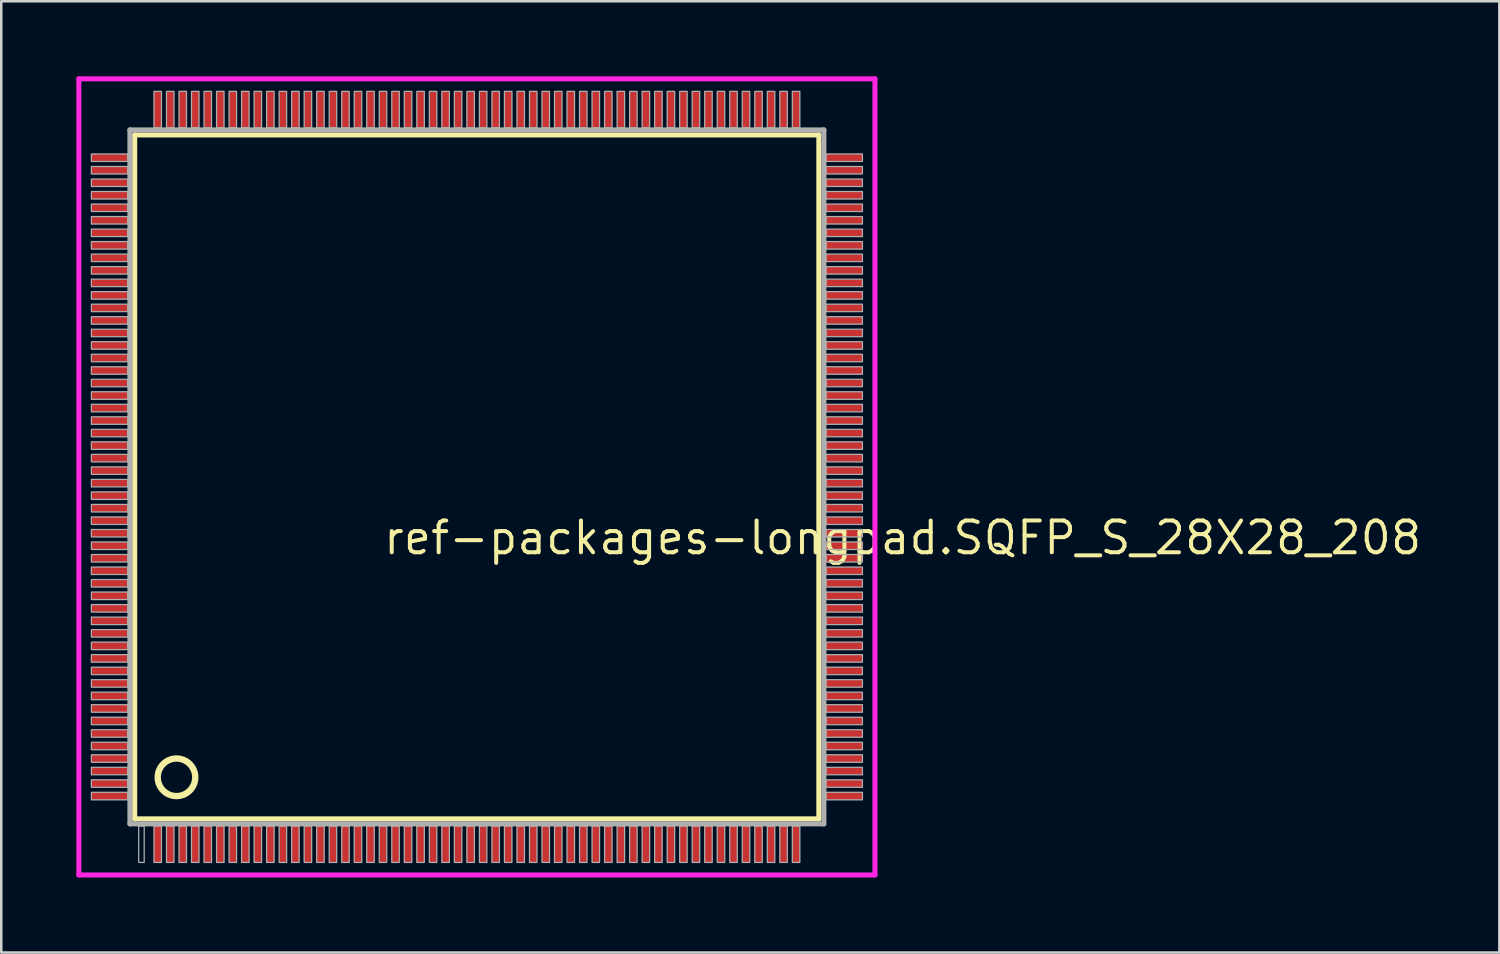
<source format=kicad_pcb>
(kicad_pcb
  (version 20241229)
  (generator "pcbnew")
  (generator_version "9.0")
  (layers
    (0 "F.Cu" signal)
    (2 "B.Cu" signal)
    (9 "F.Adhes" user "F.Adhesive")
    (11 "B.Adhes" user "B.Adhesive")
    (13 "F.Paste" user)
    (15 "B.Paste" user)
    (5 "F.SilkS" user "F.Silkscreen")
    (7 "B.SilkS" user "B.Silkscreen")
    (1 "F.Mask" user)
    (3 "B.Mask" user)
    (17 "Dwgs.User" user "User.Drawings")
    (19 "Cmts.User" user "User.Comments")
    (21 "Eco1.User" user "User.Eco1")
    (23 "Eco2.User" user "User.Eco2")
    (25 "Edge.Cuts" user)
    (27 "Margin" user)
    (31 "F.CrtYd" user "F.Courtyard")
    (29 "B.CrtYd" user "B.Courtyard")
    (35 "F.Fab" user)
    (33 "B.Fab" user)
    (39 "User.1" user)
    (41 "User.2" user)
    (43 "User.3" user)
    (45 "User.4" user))
  (footprint "ref-packages-longpad.SQFP_S_28X28_208"
    (layer "F.Cu")
    (at 16 16)
    (property "Reference" "ref-packages-longpad.SQFP_S_28X28_208" (at -3.81 3.175 0) (layer "F.SilkS") (effects (font (size 1.27 1.27) (thickness 0.16)) (justify left bottom)))
    (attr smd)
    (fp_line (start -13.67 -13.66) (end 13.66 -13.66) (stroke (width 0.203) (type default)) (layer "F.SilkS"))
    (fp_line (start -13.67 13.66) (end -13.67 -13.66) (stroke (width 0.203) (type default)) (layer "F.SilkS"))
    (fp_line (start 13.66 -13.66) (end 13.66 13.66) (stroke (width 0.203) (type default)) (layer "F.SilkS"))
    (fp_line (start 13.66 13.66) (end -13.67 13.66) (stroke (width 0.203) (type default)) (layer "F.SilkS"))
    (fp_circle (center -12 12) (end -11.25 12) (stroke (width 0.254) (type default)) (fill no) (layer "F.SilkS"))
    (fp_line (start -15.9 -15.9) (end 15.9 -15.9) (stroke (width 0.2) (type default)) (layer "F.CrtYd"))
    (fp_line (start -15.9 15.9) (end -15.9 -15.9) (stroke (width 0.2) (type default)) (layer "F.CrtYd"))
    (fp_line (start 15.9 -15.9) (end 15.9 15.9) (stroke (width 0.2) (type default)) (layer "F.CrtYd"))
    (fp_line (start 15.9 15.9) (end -15.9 15.9) (stroke (width 0.2) (type default)) (layer "F.CrtYd"))
    (fp_line (start -13.86 -13.86) (end -13.86 13.86) (stroke (width 0.203) (type default)) (layer "F.Fab"))
    (fp_line (start -13.86 13.86) (end 13.86 13.86) (stroke (width 0.203) (type default)) (layer "F.Fab"))
    (fp_line (start 13.86 -13.86) (end -13.86 -13.86) (stroke (width 0.203) (type default)) (layer "F.Fab"))
    (fp_line (start 13.86 13.86) (end 13.86 -13.86) (stroke (width 0.203) (type default)) (layer "F.Fab"))
    (fp_rect (start -15.4 -12.6) (end -13.95 -12.9) (stroke (width 0.05) (type default)) (fill no) (layer "F.Fab"))
    (fp_rect (start -15.4 -12.1) (end -13.95 -12.4) (stroke (width 0.05) (type default)) (fill no) (layer "F.Fab"))
    (fp_rect (start -15.4 -11.6) (end -13.95 -11.9) (stroke (width 0.05) (type default)) (fill no) (layer "F.Fab"))
    (fp_rect (start -15.4 -11.1) (end -13.95 -11.4) (stroke (width 0.05) (type default)) (fill no) (layer "F.Fab"))
    (fp_rect (start -15.4 -10.6) (end -13.95 -10.9) (stroke (width 0.05) (type default)) (fill no) (layer "F.Fab"))
    (fp_rect (start -15.4 -10.1) (end -13.95 -10.4) (stroke (width 0.05) (type default)) (fill no) (layer "F.Fab"))
    (fp_rect (start -15.4 -9.6) (end -13.95 -9.9) (stroke (width 0.05) (type default)) (fill no) (layer "F.Fab"))
    (fp_rect (start -15.4 -9.1) (end -13.95 -9.4) (stroke (width 0.05) (type default)) (fill no) (layer "F.Fab"))
    (fp_rect (start -15.4 -8.6) (end -13.95 -8.9) (stroke (width 0.05) (type default)) (fill no) (layer "F.Fab"))
    (fp_rect (start -15.4 -8.1) (end -13.95 -8.4) (stroke (width 0.05) (type default)) (fill no) (layer "F.Fab"))
    (fp_rect (start -15.4 -7.6) (end -13.95 -7.9) (stroke (width 0.05) (type default)) (fill no) (layer "F.Fab"))
    (fp_rect (start -15.4 -7.1) (end -13.95 -7.4) (stroke (width 0.05) (type default)) (fill no) (layer "F.Fab"))
    (fp_rect (start -15.4 -6.6) (end -13.95 -6.9) (stroke (width 0.05) (type default)) (fill no) (layer "F.Fab"))
    (fp_rect (start -15.4 -6.1) (end -13.95 -6.4) (stroke (width 0.05) (type default)) (fill no) (layer "F.Fab"))
    (fp_rect (start -15.4 -5.6) (end -13.95 -5.9) (stroke (width 0.05) (type default)) (fill no) (layer "F.Fab"))
    (fp_rect (start -15.4 -5.1) (end -13.95 -5.4) (stroke (width 0.05) (type default)) (fill no) (layer "F.Fab"))
    (fp_rect (start -15.4 -4.6) (end -13.95 -4.9) (stroke (width 0.05) (type default)) (fill no) (layer "F.Fab"))
    (fp_rect (start -15.4 -4.1) (end -13.95 -4.4) (stroke (width 0.05) (type default)) (fill no) (layer "F.Fab"))
    (fp_rect (start -15.4 -3.6) (end -13.95 -3.9) (stroke (width 0.05) (type default)) (fill no) (layer "F.Fab"))
    (fp_rect (start -15.4 -3.1) (end -13.95 -3.4) (stroke (width 0.05) (type default)) (fill no) (layer "F.Fab"))
    (fp_rect (start -15.4 -2.6) (end -13.95 -2.9) (stroke (width 0.05) (type default)) (fill no) (layer "F.Fab"))
    (fp_rect (start -15.4 -2.1) (end -13.95 -2.4) (stroke (width 0.05) (type default)) (fill no) (layer "F.Fab"))
    (fp_rect (start -15.4 -1.6) (end -13.95 -1.9) (stroke (width 0.05) (type default)) (fill no) (layer "F.Fab"))
    (fp_rect (start -15.4 -1.1) (end -13.95 -1.4) (stroke (width 0.05) (type default)) (fill no) (layer "F.Fab"))
    (fp_rect (start -15.4 -0.6) (end -13.95 -0.9) (stroke (width 0.05) (type default)) (fill no) (layer "F.Fab"))
    (fp_rect (start -15.4 -0.1) (end -13.95 -0.4) (stroke (width 0.05) (type default)) (fill no) (layer "F.Fab"))
    (fp_rect (start -15.4 0.4) (end -13.95 0.1) (stroke (width 0.05) (type default)) (fill no) (layer "F.Fab"))
    (fp_rect (start -15.4 0.9) (end -13.95 0.6) (stroke (width 0.05) (type default)) (fill no) (layer "F.Fab"))
    (fp_rect (start -15.4 1.4) (end -13.95 1.1) (stroke (width 0.05) (type default)) (fill no) (layer "F.Fab"))
    (fp_rect (start -15.4 1.9) (end -13.95 1.6) (stroke (width 0.05) (type default)) (fill no) (layer "F.Fab"))
    (fp_rect (start -15.4 2.4) (end -13.95 2.1) (stroke (width 0.05) (type default)) (fill no) (layer "F.Fab"))
    (fp_rect (start -15.4 2.9) (end -13.95 2.6) (stroke (width 0.05) (type default)) (fill no) (layer "F.Fab"))
    (fp_rect (start -15.4 3.4) (end -13.95 3.1) (stroke (width 0.05) (type default)) (fill no) (layer "F.Fab"))
    (fp_rect (start -15.4 3.9) (end -13.95 3.6) (stroke (width 0.05) (type default)) (fill no) (layer "F.Fab"))
    (fp_rect (start -15.4 4.4) (end -13.95 4.1) (stroke (width 0.05) (type default)) (fill no) (layer "F.Fab"))
    (fp_rect (start -15.4 4.9) (end -13.95 4.6) (stroke (width 0.05) (type default)) (fill no) (layer "F.Fab"))
    (fp_rect (start -15.4 5.4) (end -13.95 5.1) (stroke (width 0.05) (type default)) (fill no) (layer "F.Fab"))
    (fp_rect (start -15.4 5.9) (end -13.95 5.6) (stroke (width 0.05) (type default)) (fill no) (layer "F.Fab"))
    (fp_rect (start -15.4 6.4) (end -13.95 6.1) (stroke (width 0.05) (type default)) (fill no) (layer "F.Fab"))
    (fp_rect (start -15.4 6.9) (end -13.95 6.6) (stroke (width 0.05) (type default)) (fill no) (layer "F.Fab"))
    (fp_rect (start -15.4 7.4) (end -13.95 7.1) (stroke (width 0.05) (type default)) (fill no) (layer "F.Fab"))
    (fp_rect (start -15.4 7.9) (end -13.95 7.6) (stroke (width 0.05) (type default)) (fill no) (layer "F.Fab"))
    (fp_rect (start -15.4 8.4) (end -13.95 8.1) (stroke (width 0.05) (type default)) (fill no) (layer "F.Fab"))
    (fp_rect (start -15.4 8.9) (end -13.95 8.6) (stroke (width 0.05) (type default)) (fill no) (layer "F.Fab"))
    (fp_rect (start -15.4 9.4) (end -13.95 9.1) (stroke (width 0.05) (type default)) (fill no) (layer "F.Fab"))
    (fp_rect (start -15.4 9.9) (end -13.95 9.6) (stroke (width 0.05) (type default)) (fill no) (layer "F.Fab"))
    (fp_rect (start -15.4 10.4) (end -13.95 10.1) (stroke (width 0.05) (type default)) (fill no) (layer "F.Fab"))
    (fp_rect (start -15.4 10.9) (end -13.95 10.6) (stroke (width 0.05) (type default)) (fill no) (layer "F.Fab"))
    (fp_rect (start -15.4 11.4) (end -13.95 11.1) (stroke (width 0.05) (type default)) (fill no) (layer "F.Fab"))
    (fp_rect (start -15.4 11.9) (end -13.95 11.6) (stroke (width 0.05) (type default)) (fill no) (layer "F.Fab"))
    (fp_rect (start -15.4 12.4) (end -13.95 12.1) (stroke (width 0.05) (type default)) (fill no) (layer "F.Fab"))
    (fp_rect (start -15.4 12.9) (end -13.95 12.6) (stroke (width 0.05) (type default)) (fill no) (layer "F.Fab"))
    (fp_rect (start -13.51 15.4) (end -13.29 13.95) (stroke (width 0.05) (type default)) (fill no) (layer "F.Fab"))
    (fp_rect (start -12.9 -13.95) (end -12.6 -15.4) (stroke (width 0.05) (type default)) (fill no) (layer "F.Fab"))
    (fp_rect (start -12.9 15.4) (end -12.6 13.95) (stroke (width 0.05) (type default)) (fill no) (layer "F.Fab"))
    (fp_rect (start -12.4 -13.95) (end -12.1 -15.4) (stroke (width 0.05) (type default)) (fill no) (layer "F.Fab"))
    (fp_rect (start -12.4 15.4) (end -12.1 13.95) (stroke (width 0.05) (type default)) (fill no) (layer "F.Fab"))
    (fp_rect (start -11.9 -13.95) (end -11.6 -15.4) (stroke (width 0.05) (type default)) (fill no) (layer "F.Fab"))
    (fp_rect (start -11.9 15.4) (end -11.6 13.95) (stroke (width 0.05) (type default)) (fill no) (layer "F.Fab"))
    (fp_rect (start -11.4 -13.95) (end -11.1 -15.4) (stroke (width 0.05) (type default)) (fill no) (layer "F.Fab"))
    (fp_rect (start -11.4 15.4) (end -11.1 13.95) (stroke (width 0.05) (type default)) (fill no) (layer "F.Fab"))
    (fp_rect (start -10.9 -13.95) (end -10.6 -15.4) (stroke (width 0.05) (type default)) (fill no) (layer "F.Fab"))
    (fp_rect (start -10.9 15.4) (end -10.6 13.95) (stroke (width 0.05) (type default)) (fill no) (layer "F.Fab"))
    (fp_rect (start -10.4 -13.95) (end -10.1 -15.4) (stroke (width 0.05) (type default)) (fill no) (layer "F.Fab"))
    (fp_rect (start -10.4 15.4) (end -10.1 13.95) (stroke (width 0.05) (type default)) (fill no) (layer "F.Fab"))
    (fp_rect (start -9.9 -13.95) (end -9.6 -15.4) (stroke (width 0.05) (type default)) (fill no) (layer "F.Fab"))
    (fp_rect (start -9.9 15.4) (end -9.6 13.95) (stroke (width 0.05) (type default)) (fill no) (layer "F.Fab"))
    (fp_rect (start -9.4 -13.95) (end -9.1 -15.4) (stroke (width 0.05) (type default)) (fill no) (layer "F.Fab"))
    (fp_rect (start -9.4 15.4) (end -9.1 13.95) (stroke (width 0.05) (type default)) (fill no) (layer "F.Fab"))
    (fp_rect (start -8.9 -13.95) (end -8.6 -15.4) (stroke (width 0.05) (type default)) (fill no) (layer "F.Fab"))
    (fp_rect (start -8.9 15.4) (end -8.6 13.95) (stroke (width 0.05) (type default)) (fill no) (layer "F.Fab"))
    (fp_rect (start -8.4 -13.95) (end -8.1 -15.4) (stroke (width 0.05) (type default)) (fill no) (layer "F.Fab"))
    (fp_rect (start -8.4 15.4) (end -8.1 13.95) (stroke (width 0.05) (type default)) (fill no) (layer "F.Fab"))
    (fp_rect (start -7.9 -13.95) (end -7.6 -15.4) (stroke (width 0.05) (type default)) (fill no) (layer "F.Fab"))
    (fp_rect (start -7.9 15.4) (end -7.6 13.95) (stroke (width 0.05) (type default)) (fill no) (layer "F.Fab"))
    (fp_rect (start -7.4 -13.95) (end -7.1 -15.4) (stroke (width 0.05) (type default)) (fill no) (layer "F.Fab"))
    (fp_rect (start -7.4 15.4) (end -7.1 13.95) (stroke (width 0.05) (type default)) (fill no) (layer "F.Fab"))
    (fp_rect (start -6.9 -13.95) (end -6.6 -15.4) (stroke (width 0.05) (type default)) (fill no) (layer "F.Fab"))
    (fp_rect (start -6.9 15.4) (end -6.6 13.95) (stroke (width 0.05) (type default)) (fill no) (layer "F.Fab"))
    (fp_rect (start -6.4 -13.95) (end -6.1 -15.4) (stroke (width 0.05) (type default)) (fill no) (layer "F.Fab"))
    (fp_rect (start -6.4 15.4) (end -6.1 13.95) (stroke (width 0.05) (type default)) (fill no) (layer "F.Fab"))
    (fp_rect (start -5.9 -13.95) (end -5.6 -15.4) (stroke (width 0.05) (type default)) (fill no) (layer "F.Fab"))
    (fp_rect (start -5.9 15.4) (end -5.6 13.95) (stroke (width 0.05) (type default)) (fill no) (layer "F.Fab"))
    (fp_rect (start -5.4 -13.95) (end -5.1 -15.4) (stroke (width 0.05) (type default)) (fill no) (layer "F.Fab"))
    (fp_rect (start -5.4 15.4) (end -5.1 13.95) (stroke (width 0.05) (type default)) (fill no) (layer "F.Fab"))
    (fp_rect (start -4.9 -13.95) (end -4.6 -15.4) (stroke (width 0.05) (type default)) (fill no) (layer "F.Fab"))
    (fp_rect (start -4.9 15.4) (end -4.6 13.95) (stroke (width 0.05) (type default)) (fill no) (layer "F.Fab"))
    (fp_rect (start -4.4 -13.95) (end -4.1 -15.4) (stroke (width 0.05) (type default)) (fill no) (layer "F.Fab"))
    (fp_rect (start -4.4 15.4) (end -4.1 13.95) (stroke (width 0.05) (type default)) (fill no) (layer "F.Fab"))
    (fp_rect (start -3.9 -13.95) (end -3.6 -15.4) (stroke (width 0.05) (type default)) (fill no) (layer "F.Fab"))
    (fp_rect (start -3.9 15.4) (end -3.6 13.95) (stroke (width 0.05) (type default)) (fill no) (layer "F.Fab"))
    (fp_rect (start -3.4 -13.95) (end -3.1 -15.4) (stroke (width 0.05) (type default)) (fill no) (layer "F.Fab"))
    (fp_rect (start -3.4 15.4) (end -3.1 13.95) (stroke (width 0.05) (type default)) (fill no) (layer "F.Fab"))
    (fp_rect (start -2.9 -13.95) (end -2.6 -15.4) (stroke (width 0.05) (type default)) (fill no) (layer "F.Fab"))
    (fp_rect (start -2.9 15.4) (end -2.6 13.95) (stroke (width 0.05) (type default)) (fill no) (layer "F.Fab"))
    (fp_rect (start -2.4 -13.95) (end -2.1 -15.4) (stroke (width 0.05) (type default)) (fill no) (layer "F.Fab"))
    (fp_rect (start -2.4 15.4) (end -2.1 13.95) (stroke (width 0.05) (type default)) (fill no) (layer "F.Fab"))
    (fp_rect (start -1.9 -13.95) (end -1.6 -15.4) (stroke (width 0.05) (type default)) (fill no) (layer "F.Fab"))
    (fp_rect (start -1.9 15.4) (end -1.6 13.95) (stroke (width 0.05) (type default)) (fill no) (layer "F.Fab"))
    (fp_rect (start -1.4 -13.95) (end -1.1 -15.4) (stroke (width 0.05) (type default)) (fill no) (layer "F.Fab"))
    (fp_rect (start -1.4 15.4) (end -1.1 13.95) (stroke (width 0.05) (type default)) (fill no) (layer "F.Fab"))
    (fp_rect (start -0.9 -13.95) (end -0.6 -15.4) (stroke (width 0.05) (type default)) (fill no) (layer "F.Fab"))
    (fp_rect (start -0.9 15.4) (end -0.6 13.95) (stroke (width 0.05) (type default)) (fill no) (layer "F.Fab"))
    (fp_rect (start -0.4 -13.95) (end -0.1 -15.4) (stroke (width 0.05) (type default)) (fill no) (layer "F.Fab"))
    (fp_rect (start -0.4 15.4) (end -0.1 13.95) (stroke (width 0.05) (type default)) (fill no) (layer "F.Fab"))
    (fp_rect (start 0.1 -13.95) (end 0.4 -15.4) (stroke (width 0.05) (type default)) (fill no) (layer "F.Fab"))
    (fp_rect (start 0.1 15.4) (end 0.4 13.95) (stroke (width 0.05) (type default)) (fill no) (layer "F.Fab"))
    (fp_rect (start 0.6 -13.95) (end 0.9 -15.4) (stroke (width 0.05) (type default)) (fill no) (layer "F.Fab"))
    (fp_rect (start 0.6 15.4) (end 0.9 13.95) (stroke (width 0.05) (type default)) (fill no) (layer "F.Fab"))
    (fp_rect (start 1.1 -13.95) (end 1.4 -15.4) (stroke (width 0.05) (type default)) (fill no) (layer "F.Fab"))
    (fp_rect (start 1.1 15.4) (end 1.4 13.95) (stroke (width 0.05) (type default)) (fill no) (layer "F.Fab"))
    (fp_rect (start 1.6 -13.95) (end 1.9 -15.4) (stroke (width 0.05) (type default)) (fill no) (layer "F.Fab"))
    (fp_rect (start 1.6 15.4) (end 1.9 13.95) (stroke (width 0.05) (type default)) (fill no) (layer "F.Fab"))
    (fp_rect (start 2.1 -13.95) (end 2.4 -15.4) (stroke (width 0.05) (type default)) (fill no) (layer "F.Fab"))
    (fp_rect (start 2.1 15.4) (end 2.4 13.95) (stroke (width 0.05) (type default)) (fill no) (layer "F.Fab"))
    (fp_rect (start 2.6 -13.95) (end 2.9 -15.4) (stroke (width 0.05) (type default)) (fill no) (layer "F.Fab"))
    (fp_rect (start 2.6 15.4) (end 2.9 13.95) (stroke (width 0.05) (type default)) (fill no) (layer "F.Fab"))
    (fp_rect (start 3.1 -13.95) (end 3.4 -15.4) (stroke (width 0.05) (type default)) (fill no) (layer "F.Fab"))
    (fp_rect (start 3.1 15.4) (end 3.4 13.95) (stroke (width 0.05) (type default)) (fill no) (layer "F.Fab"))
    (fp_rect (start 3.6 -13.95) (end 3.9 -15.4) (stroke (width 0.05) (type default)) (fill no) (layer "F.Fab"))
    (fp_rect (start 3.6 15.4) (end 3.9 13.95) (stroke (width 0.05) (type default)) (fill no) (layer "F.Fab"))
    (fp_rect (start 4.1 -13.95) (end 4.4 -15.4) (stroke (width 0.05) (type default)) (fill no) (layer "F.Fab"))
    (fp_rect (start 4.1 15.4) (end 4.4 13.95) (stroke (width 0.05) (type default)) (fill no) (layer "F.Fab"))
    (fp_rect (start 4.6 -13.95) (end 4.9 -15.4) (stroke (width 0.05) (type default)) (fill no) (layer "F.Fab"))
    (fp_rect (start 4.6 15.4) (end 4.9 13.95) (stroke (width 0.05) (type default)) (fill no) (layer "F.Fab"))
    (fp_rect (start 5.1 -13.95) (end 5.4 -15.4) (stroke (width 0.05) (type default)) (fill no) (layer "F.Fab"))
    (fp_rect (start 5.1 15.4) (end 5.4 13.95) (stroke (width 0.05) (type default)) (fill no) (layer "F.Fab"))
    (fp_rect (start 5.6 -13.95) (end 5.9 -15.4) (stroke (width 0.05) (type default)) (fill no) (layer "F.Fab"))
    (fp_rect (start 5.6 15.4) (end 5.9 13.95) (stroke (width 0.05) (type default)) (fill no) (layer "F.Fab"))
    (fp_rect (start 6.1 -13.95) (end 6.4 -15.4) (stroke (width 0.05) (type default)) (fill no) (layer "F.Fab"))
    (fp_rect (start 6.1 15.4) (end 6.4 13.95) (stroke (width 0.05) (type default)) (fill no) (layer "F.Fab"))
    (fp_rect (start 6.6 -13.95) (end 6.9 -15.4) (stroke (width 0.05) (type default)) (fill no) (layer "F.Fab"))
    (fp_rect (start 6.6 15.4) (end 6.9 13.95) (stroke (width 0.05) (type default)) (fill no) (layer "F.Fab"))
    (fp_rect (start 7.1 -13.95) (end 7.4 -15.4) (stroke (width 0.05) (type default)) (fill no) (layer "F.Fab"))
    (fp_rect (start 7.1 15.4) (end 7.4 13.95) (stroke (width 0.05) (type default)) (fill no) (layer "F.Fab"))
    (fp_rect (start 7.6 -13.95) (end 7.9 -15.4) (stroke (width 0.05) (type default)) (fill no) (layer "F.Fab"))
    (fp_rect (start 7.6 15.4) (end 7.9 13.95) (stroke (width 0.05) (type default)) (fill no) (layer "F.Fab"))
    (fp_rect (start 8.1 -13.95) (end 8.4 -15.4) (stroke (width 0.05) (type default)) (fill no) (layer "F.Fab"))
    (fp_rect (start 8.1 15.4) (end 8.4 13.95) (stroke (width 0.05) (type default)) (fill no) (layer "F.Fab"))
    (fp_rect (start 8.6 -13.95) (end 8.9 -15.4) (stroke (width 0.05) (type default)) (fill no) (layer "F.Fab"))
    (fp_rect (start 8.6 15.4) (end 8.9 13.95) (stroke (width 0.05) (type default)) (fill no) (layer "F.Fab"))
    (fp_rect (start 9.1 -13.95) (end 9.4 -15.4) (stroke (width 0.05) (type default)) (fill no) (layer "F.Fab"))
    (fp_rect (start 9.1 15.4) (end 9.4 13.95) (stroke (width 0.05) (type default)) (fill no) (layer "F.Fab"))
    (fp_rect (start 9.6 -13.95) (end 9.9 -15.4) (stroke (width 0.05) (type default)) (fill no) (layer "F.Fab"))
    (fp_rect (start 9.6 15.4) (end 9.9 13.95) (stroke (width 0.05) (type default)) (fill no) (layer "F.Fab"))
    (fp_rect (start 10.1 -13.95) (end 10.4 -15.4) (stroke (width 0.05) (type default)) (fill no) (layer "F.Fab"))
    (fp_rect (start 10.1 15.4) (end 10.4 13.95) (stroke (width 0.05) (type default)) (fill no) (layer "F.Fab"))
    (fp_rect (start 10.6 -13.95) (end 10.9 -15.4) (stroke (width 0.05) (type default)) (fill no) (layer "F.Fab"))
    (fp_rect (start 10.6 15.4) (end 10.9 13.95) (stroke (width 0.05) (type default)) (fill no) (layer "F.Fab"))
    (fp_rect (start 11.1 -13.95) (end 11.4 -15.4) (stroke (width 0.05) (type default)) (fill no) (layer "F.Fab"))
    (fp_rect (start 11.1 15.4) (end 11.4 13.95) (stroke (width 0.05) (type default)) (fill no) (layer "F.Fab"))
    (fp_rect (start 11.6 -13.95) (end 11.9 -15.4) (stroke (width 0.05) (type default)) (fill no) (layer "F.Fab"))
    (fp_rect (start 11.6 15.4) (end 11.9 13.95) (stroke (width 0.05) (type default)) (fill no) (layer "F.Fab"))
    (fp_rect (start 12.1 -13.95) (end 12.4 -15.4) (stroke (width 0.05) (type default)) (fill no) (layer "F.Fab"))
    (fp_rect (start 12.1 15.4) (end 12.4 13.95) (stroke (width 0.05) (type default)) (fill no) (layer "F.Fab"))
    (fp_rect (start 12.6 -13.95) (end 12.9 -15.4) (stroke (width 0.05) (type default)) (fill no) (layer "F.Fab"))
    (fp_rect (start 12.6 15.4) (end 12.9 13.95) (stroke (width 0.05) (type default)) (fill no) (layer "F.Fab"))
    (fp_rect (start 13.95 -12.6) (end 15.4 -12.9) (stroke (width 0.05) (type default)) (fill no) (layer "F.Fab"))
    (fp_rect (start 13.95 -12.1) (end 15.4 -12.4) (stroke (width 0.05) (type default)) (fill no) (layer "F.Fab"))
    (fp_rect (start 13.95 -11.6) (end 15.4 -11.9) (stroke (width 0.05) (type default)) (fill no) (layer "F.Fab"))
    (fp_rect (start 13.95 -11.1) (end 15.4 -11.4) (stroke (width 0.05) (type default)) (fill no) (layer "F.Fab"))
    (fp_rect (start 13.95 -10.6) (end 15.4 -10.9) (stroke (width 0.05) (type default)) (fill no) (layer "F.Fab"))
    (fp_rect (start 13.95 -10.1) (end 15.4 -10.4) (stroke (width 0.05) (type default)) (fill no) (layer "F.Fab"))
    (fp_rect (start 13.95 -9.6) (end 15.4 -9.9) (stroke (width 0.05) (type default)) (fill no) (layer "F.Fab"))
    (fp_rect (start 13.95 -9.1) (end 15.4 -9.4) (stroke (width 0.05) (type default)) (fill no) (layer "F.Fab"))
    (fp_rect (start 13.95 -8.6) (end 15.4 -8.9) (stroke (width 0.05) (type default)) (fill no) (layer "F.Fab"))
    (fp_rect (start 13.95 -8.1) (end 15.4 -8.4) (stroke (width 0.05) (type default)) (fill no) (layer "F.Fab"))
    (fp_rect (start 13.95 -7.6) (end 15.4 -7.9) (stroke (width 0.05) (type default)) (fill no) (layer "F.Fab"))
    (fp_rect (start 13.95 -7.1) (end 15.4 -7.4) (stroke (width 0.05) (type default)) (fill no) (layer "F.Fab"))
    (fp_rect (start 13.95 -6.6) (end 15.4 -6.9) (stroke (width 0.05) (type default)) (fill no) (layer "F.Fab"))
    (fp_rect (start 13.95 -6.1) (end 15.4 -6.4) (stroke (width 0.05) (type default)) (fill no) (layer "F.Fab"))
    (fp_rect (start 13.95 -5.6) (end 15.4 -5.9) (stroke (width 0.05) (type default)) (fill no) (layer "F.Fab"))
    (fp_rect (start 13.95 -5.1) (end 15.4 -5.4) (stroke (width 0.05) (type default)) (fill no) (layer "F.Fab"))
    (fp_rect (start 13.95 -4.6) (end 15.4 -4.9) (stroke (width 0.05) (type default)) (fill no) (layer "F.Fab"))
    (fp_rect (start 13.95 -4.1) (end 15.4 -4.4) (stroke (width 0.05) (type default)) (fill no) (layer "F.Fab"))
    (fp_rect (start 13.95 -3.6) (end 15.4 -3.9) (stroke (width 0.05) (type default)) (fill no) (layer "F.Fab"))
    (fp_rect (start 13.95 -3.1) (end 15.4 -3.4) (stroke (width 0.05) (type default)) (fill no) (layer "F.Fab"))
    (fp_rect (start 13.95 -2.6) (end 15.4 -2.9) (stroke (width 0.05) (type default)) (fill no) (layer "F.Fab"))
    (fp_rect (start 13.95 -2.1) (end 15.4 -2.4) (stroke (width 0.05) (type default)) (fill no) (layer "F.Fab"))
    (fp_rect (start 13.95 -1.6) (end 15.4 -1.9) (stroke (width 0.05) (type default)) (fill no) (layer "F.Fab"))
    (fp_rect (start 13.95 -1.1) (end 15.4 -1.4) (stroke (width 0.05) (type default)) (fill no) (layer "F.Fab"))
    (fp_rect (start 13.95 -0.6) (end 15.4 -0.9) (stroke (width 0.05) (type default)) (fill no) (layer "F.Fab"))
    (fp_rect (start 13.95 -0.1) (end 15.4 -0.4) (stroke (width 0.05) (type default)) (fill no) (layer "F.Fab"))
    (fp_rect (start 13.95 0.4) (end 15.4 0.1) (stroke (width 0.05) (type default)) (fill no) (layer "F.Fab"))
    (fp_rect (start 13.95 0.9) (end 15.4 0.6) (stroke (width 0.05) (type default)) (fill no) (layer "F.Fab"))
    (fp_rect (start 13.95 1.4) (end 15.4 1.1) (stroke (width 0.05) (type default)) (fill no) (layer "F.Fab"))
    (fp_rect (start 13.95 1.9) (end 15.4 1.6) (stroke (width 0.05) (type default)) (fill no) (layer "F.Fab"))
    (fp_rect (start 13.95 2.4) (end 15.4 2.1) (stroke (width 0.05) (type default)) (fill no) (layer "F.Fab"))
    (fp_rect (start 13.95 2.9) (end 15.4 2.6) (stroke (width 0.05) (type default)) (fill no) (layer "F.Fab"))
    (fp_rect (start 13.95 3.4) (end 15.4 3.1) (stroke (width 0.05) (type default)) (fill no) (layer "F.Fab"))
    (fp_rect (start 13.95 3.9) (end 15.4 3.6) (stroke (width 0.05) (type default)) (fill no) (layer "F.Fab"))
    (fp_rect (start 13.95 4.4) (end 15.4 4.1) (stroke (width 0.05) (type default)) (fill no) (layer "F.Fab"))
    (fp_rect (start 13.95 4.9) (end 15.4 4.6) (stroke (width 0.05) (type default)) (fill no) (layer "F.Fab"))
    (fp_rect (start 13.95 5.4) (end 15.4 5.1) (stroke (width 0.05) (type default)) (fill no) (layer "F.Fab"))
    (fp_rect (start 13.95 5.9) (end 15.4 5.6) (stroke (width 0.05) (type default)) (fill no) (layer "F.Fab"))
    (fp_rect (start 13.95 6.4) (end 15.4 6.1) (stroke (width 0.05) (type default)) (fill no) (layer "F.Fab"))
    (fp_rect (start 13.95 6.9) (end 15.4 6.6) (stroke (width 0.05) (type default)) (fill no) (layer "F.Fab"))
    (fp_rect (start 13.95 7.4) (end 15.4 7.1) (stroke (width 0.05) (type default)) (fill no) (layer "F.Fab"))
    (fp_rect (start 13.95 7.9) (end 15.4 7.6) (stroke (width 0.05) (type default)) (fill no) (layer "F.Fab"))
    (fp_rect (start 13.95 8.4) (end 15.4 8.1) (stroke (width 0.05) (type default)) (fill no) (layer "F.Fab"))
    (fp_rect (start 13.95 8.9) (end 15.4 8.6) (stroke (width 0.05) (type default)) (fill no) (layer "F.Fab"))
    (fp_rect (start 13.95 9.4) (end 15.4 9.1) (stroke (width 0.05) (type default)) (fill no) (layer "F.Fab"))
    (fp_rect (start 13.95 9.9) (end 15.4 9.6) (stroke (width 0.05) (type default)) (fill no) (layer "F.Fab"))
    (fp_rect (start 13.95 10.4) (end 15.4 10.1) (stroke (width 0.05) (type default)) (fill no) (layer "F.Fab"))
    (fp_rect (start 13.95 10.9) (end 15.4 10.6) (stroke (width 0.05) (type default)) (fill no) (layer "F.Fab"))
    (fp_rect (start 13.95 11.4) (end 15.4 11.1) (stroke (width 0.05) (type default)) (fill no) (layer "F.Fab"))
    (fp_rect (start 13.95 11.9) (end 15.4 11.6) (stroke (width 0.05) (type default)) (fill no) (layer "F.Fab"))
    (fp_rect (start 13.95 12.4) (end 15.4 12.1) (stroke (width 0.05) (type default)) (fill no) (layer "F.Fab"))
    (fp_rect (start 13.95 12.9) (end 15.4 12.6) (stroke (width 0.05) (type default)) (fill no) (layer "F.Fab"))
    (pad "1" smd roundrect (at -12.75 14.6) (size 0.3 1.6) (layers "F.Cu" "F.Mask" "F.Paste") (roundrect_rratio 0.01))
    (pad "2" smd roundrect (at -12.25 14.6) (size 0.3 1.6) (layers "F.Cu" "F.Mask" "F.Paste") (roundrect_rratio 0.01))
    (pad "3" smd roundrect (at -11.75 14.6) (size 0.3 1.6) (layers "F.Cu" "F.Mask" "F.Paste") (roundrect_rratio 0.01))
    (pad "4" smd roundrect (at -11.25 14.6) (size 0.3 1.6) (layers "F.Cu" "F.Mask" "F.Paste") (roundrect_rratio 0.01))
    (pad "5" smd roundrect (at -10.75 14.6) (size 0.3 1.6) (layers "F.Cu" "F.Mask" "F.Paste") (roundrect_rratio 0.01))
    (pad "6" smd roundrect (at -10.25 14.6) (size 0.3 1.6) (layers "F.Cu" "F.Mask" "F.Paste") (roundrect_rratio 0.01))
    (pad "7" smd roundrect (at -9.75 14.6) (size 0.3 1.6) (layers "F.Cu" "F.Mask" "F.Paste") (roundrect_rratio 0.01))
    (pad "8" smd roundrect (at -9.25 14.6) (size 0.3 1.6) (layers "F.Cu" "F.Mask" "F.Paste") (roundrect_rratio 0.01))
    (pad "9" smd roundrect (at -8.75 14.6) (size 0.3 1.6) (layers "F.Cu" "F.Mask" "F.Paste") (roundrect_rratio 0.01))
    (pad "10" smd roundrect (at -8.25 14.6) (size 0.3 1.6) (layers "F.Cu" "F.Mask" "F.Paste") (roundrect_rratio 0.01))
    (pad "11" smd roundrect (at -7.75 14.6) (size 0.3 1.6) (layers "F.Cu" "F.Mask" "F.Paste") (roundrect_rratio 0.01))
    (pad "12" smd roundrect (at -7.25 14.6) (size 0.3 1.6) (layers "F.Cu" "F.Mask" "F.Paste") (roundrect_rratio 0.01))
    (pad "13" smd roundrect (at -6.75 14.6) (size 0.3 1.6) (layers "F.Cu" "F.Mask" "F.Paste") (roundrect_rratio 0.01))
    (pad "14" smd roundrect (at -6.25 14.6) (size 0.3 1.6) (layers "F.Cu" "F.Mask" "F.Paste") (roundrect_rratio 0.01))
    (pad "15" smd roundrect (at -5.75 14.6) (size 0.3 1.6) (layers "F.Cu" "F.Mask" "F.Paste") (roundrect_rratio 0.01))
    (pad "16" smd roundrect (at -5.25 14.6) (size 0.3 1.6) (layers "F.Cu" "F.Mask" "F.Paste") (roundrect_rratio 0.01))
    (pad "17" smd roundrect (at -4.75 14.6) (size 0.3 1.6) (layers "F.Cu" "F.Mask" "F.Paste") (roundrect_rratio 0.01))
    (pad "18" smd roundrect (at -4.25 14.6) (size 0.3 1.6) (layers "F.Cu" "F.Mask" "F.Paste") (roundrect_rratio 0.01))
    (pad "19" smd roundrect (at -3.75 14.6) (size 0.3 1.6) (layers "F.Cu" "F.Mask" "F.Paste") (roundrect_rratio 0.01))
    (pad "20" smd roundrect (at -3.25 14.6) (size 0.3 1.6) (layers "F.Cu" "F.Mask" "F.Paste") (roundrect_rratio 0.01))
    (pad "21" smd roundrect (at -2.75 14.6) (size 0.3 1.6) (layers "F.Cu" "F.Mask" "F.Paste") (roundrect_rratio 0.01))
    (pad "22" smd roundrect (at -2.25 14.6) (size 0.3 1.6) (layers "F.Cu" "F.Mask" "F.Paste") (roundrect_rratio 0.01))
    (pad "23" smd roundrect (at -1.75 14.6) (size 0.3 1.6) (layers "F.Cu" "F.Mask" "F.Paste") (roundrect_rratio 0.01))
    (pad "24" smd roundrect (at -1.25 14.6) (size 0.3 1.6) (layers "F.Cu" "F.Mask" "F.Paste") (roundrect_rratio 0.01))
    (pad "25" smd roundrect (at -0.75 14.6) (size 0.3 1.6) (layers "F.Cu" "F.Mask" "F.Paste") (roundrect_rratio 0.01))
    (pad "26" smd roundrect (at -0.25 14.6) (size 0.3 1.6) (layers "F.Cu" "F.Mask" "F.Paste") (roundrect_rratio 0.01))
    (pad "27" smd roundrect (at 0.25 14.6) (size 0.3 1.6) (layers "F.Cu" "F.Mask" "F.Paste") (roundrect_rratio 0.01))
    (pad "28" smd roundrect (at 0.75 14.6) (size 0.3 1.6) (layers "F.Cu" "F.Mask" "F.Paste") (roundrect_rratio 0.01))
    (pad "29" smd roundrect (at 1.25 14.6) (size 0.3 1.6) (layers "F.Cu" "F.Mask" "F.Paste") (roundrect_rratio 0.01))
    (pad "30" smd roundrect (at 1.75 14.6) (size 0.3 1.6) (layers "F.Cu" "F.Mask" "F.Paste") (roundrect_rratio 0.01))
    (pad "31" smd roundrect (at 2.25 14.6) (size 0.3 1.6) (layers "F.Cu" "F.Mask" "F.Paste") (roundrect_rratio 0.01))
    (pad "32" smd roundrect (at 2.75 14.6) (size 0.3 1.6) (layers "F.Cu" "F.Mask" "F.Paste") (roundrect_rratio 0.01))
    (pad "33" smd roundrect (at 3.25 14.6) (size 0.3 1.6) (layers "F.Cu" "F.Mask" "F.Paste") (roundrect_rratio 0.01))
    (pad "34" smd roundrect (at 3.75 14.6) (size 0.3 1.6) (layers "F.Cu" "F.Mask" "F.Paste") (roundrect_rratio 0.01))
    (pad "35" smd roundrect (at 4.25 14.6) (size 0.3 1.6) (layers "F.Cu" "F.Mask" "F.Paste") (roundrect_rratio 0.01))
    (pad "36" smd roundrect (at 4.75 14.6) (size 0.3 1.6) (layers "F.Cu" "F.Mask" "F.Paste") (roundrect_rratio 0.01))
    (pad "37" smd roundrect (at 5.25 14.6) (size 0.3 1.6) (layers "F.Cu" "F.Mask" "F.Paste") (roundrect_rratio 0.01))
    (pad "38" smd roundrect (at 5.75 14.6) (size 0.3 1.6) (layers "F.Cu" "F.Mask" "F.Paste") (roundrect_rratio 0.01))
    (pad "39" smd roundrect (at 6.25 14.6) (size 0.3 1.6) (layers "F.Cu" "F.Mask" "F.Paste") (roundrect_rratio 0.01))
    (pad "40" smd roundrect (at 6.75 14.6) (size 0.3 1.6) (layers "F.Cu" "F.Mask" "F.Paste") (roundrect_rratio 0.01))
    (pad "41" smd roundrect (at 7.25 14.6) (size 0.3 1.6) (layers "F.Cu" "F.Mask" "F.Paste") (roundrect_rratio 0.01))
    (pad "42" smd roundrect (at 7.75 14.6) (size 0.3 1.6) (layers "F.Cu" "F.Mask" "F.Paste") (roundrect_rratio 0.01))
    (pad "43" smd roundrect (at 8.25 14.6) (size 0.3 1.6) (layers "F.Cu" "F.Mask" "F.Paste") (roundrect_rratio 0.01))
    (pad "44" smd roundrect (at 8.75 14.6) (size 0.3 1.6) (layers "F.Cu" "F.Mask" "F.Paste") (roundrect_rratio 0.01))
    (pad "45" smd roundrect (at 9.25 14.6) (size 0.3 1.6) (layers "F.Cu" "F.Mask" "F.Paste") (roundrect_rratio 0.01))
    (pad "46" smd roundrect (at 9.75 14.6) (size 0.3 1.6) (layers "F.Cu" "F.Mask" "F.Paste") (roundrect_rratio 0.01))
    (pad "47" smd roundrect (at 10.25 14.6) (size 0.3 1.6) (layers "F.Cu" "F.Mask" "F.Paste") (roundrect_rratio 0.01))
    (pad "48" smd roundrect (at 10.75 14.6) (size 0.3 1.6) (layers "F.Cu" "F.Mask" "F.Paste") (roundrect_rratio 0.01))
    (pad "49" smd roundrect (at 11.25 14.6) (size 0.3 1.6) (layers "F.Cu" "F.Mask" "F.Paste") (roundrect_rratio 0.01))
    (pad "50" smd roundrect (at 11.75 14.6) (size 0.3 1.6) (layers "F.Cu" "F.Mask" "F.Paste") (roundrect_rratio 0.01))
    (pad "51" smd roundrect (at 12.25 14.6) (size 0.3 1.6) (layers "F.Cu" "F.Mask" "F.Paste") (roundrect_rratio 0.01))
    (pad "52" smd roundrect (at 12.75 14.6) (size 0.3 1.6) (layers "F.Cu" "F.Mask" "F.Paste") (roundrect_rratio 0.01))
    (pad "53" smd roundrect (at 14.6 12.75) (size 1.6 0.3) (layers "F.Cu" "F.Mask" "F.Paste") (roundrect_rratio 0.01))
    (pad "54" smd roundrect (at 14.6 12.25) (size 1.6 0.3) (layers "F.Cu" "F.Mask" "F.Paste") (roundrect_rratio 0.01))
    (pad "55" smd roundrect (at 14.6 11.75) (size 1.6 0.3) (layers "F.Cu" "F.Mask" "F.Paste") (roundrect_rratio 0.01))
    (pad "56" smd roundrect (at 14.6 11.25) (size 1.6 0.3) (layers "F.Cu" "F.Mask" "F.Paste") (roundrect_rratio 0.01))
    (pad "57" smd roundrect (at 14.6 10.75) (size 1.6 0.3) (layers "F.Cu" "F.Mask" "F.Paste") (roundrect_rratio 0.01))
    (pad "58" smd roundrect (at 14.6 10.25) (size 1.6 0.3) (layers "F.Cu" "F.Mask" "F.Paste") (roundrect_rratio 0.01))
    (pad "59" smd roundrect (at 14.6 9.75) (size 1.6 0.3) (layers "F.Cu" "F.Mask" "F.Paste") (roundrect_rratio 0.01))
    (pad "60" smd roundrect (at 14.6 9.25) (size 1.6 0.3) (layers "F.Cu" "F.Mask" "F.Paste") (roundrect_rratio 0.01))
    (pad "61" smd roundrect (at 14.6 8.75) (size 1.6 0.3) (layers "F.Cu" "F.Mask" "F.Paste") (roundrect_rratio 0.01))
    (pad "62" smd roundrect (at 14.6 8.25) (size 1.6 0.3) (layers "F.Cu" "F.Mask" "F.Paste") (roundrect_rratio 0.01))
    (pad "63" smd roundrect (at 14.6 7.75) (size 1.6 0.3) (layers "F.Cu" "F.Mask" "F.Paste") (roundrect_rratio 0.01))
    (pad "64" smd roundrect (at 14.6 7.25) (size 1.6 0.3) (layers "F.Cu" "F.Mask" "F.Paste") (roundrect_rratio 0.01))
    (pad "65" smd roundrect (at 14.6 6.75) (size 1.6 0.3) (layers "F.Cu" "F.Mask" "F.Paste") (roundrect_rratio 0.01))
    (pad "66" smd roundrect (at 14.6 6.25) (size 1.6 0.3) (layers "F.Cu" "F.Mask" "F.Paste") (roundrect_rratio 0.01))
    (pad "67" smd roundrect (at 14.6 5.75) (size 1.6 0.3) (layers "F.Cu" "F.Mask" "F.Paste") (roundrect_rratio 0.01))
    (pad "68" smd roundrect (at 14.6 5.25) (size 1.6 0.3) (layers "F.Cu" "F.Mask" "F.Paste") (roundrect_rratio 0.01))
    (pad "69" smd roundrect (at 14.6 4.75) (size 1.6 0.3) (layers "F.Cu" "F.Mask" "F.Paste") (roundrect_rratio 0.01))
    (pad "70" smd roundrect (at 14.6 4.25) (size 1.6 0.3) (layers "F.Cu" "F.Mask" "F.Paste") (roundrect_rratio 0.01))
    (pad "71" smd roundrect (at 14.6 3.75) (size 1.6 0.3) (layers "F.Cu" "F.Mask" "F.Paste") (roundrect_rratio 0.01))
    (pad "72" smd roundrect (at 14.6 3.25) (size 1.6 0.3) (layers "F.Cu" "F.Mask" "F.Paste") (roundrect_rratio 0.01))
    (pad "73" smd roundrect (at 14.6 2.75) (size 1.6 0.3) (layers "F.Cu" "F.Mask" "F.Paste") (roundrect_rratio 0.01))
    (pad "74" smd roundrect (at 14.6 2.25) (size 1.6 0.3) (layers "F.Cu" "F.Mask" "F.Paste") (roundrect_rratio 0.01))
    (pad "75" smd roundrect (at 14.6 1.75) (size 1.6 0.3) (layers "F.Cu" "F.Mask" "F.Paste") (roundrect_rratio 0.01))
    (pad "76" smd roundrect (at 14.6 1.25) (size 1.6 0.3) (layers "F.Cu" "F.Mask" "F.Paste") (roundrect_rratio 0.01))
    (pad "77" smd roundrect (at 14.6 0.75) (size 1.6 0.3) (layers "F.Cu" "F.Mask" "F.Paste") (roundrect_rratio 0.01))
    (pad "78" smd roundrect (at 14.6 0.25) (size 1.6 0.3) (layers "F.Cu" "F.Mask" "F.Paste") (roundrect_rratio 0.01))
    (pad "79" smd roundrect (at 14.6 -0.25) (size 1.6 0.3) (layers "F.Cu" "F.Mask" "F.Paste") (roundrect_rratio 0.01))
    (pad "80" smd roundrect (at 14.6 -0.75) (size 1.6 0.3) (layers "F.Cu" "F.Mask" "F.Paste") (roundrect_rratio 0.01))
    (pad "81" smd roundrect (at 14.6 -1.25) (size 1.6 0.3) (layers "F.Cu" "F.Mask" "F.Paste") (roundrect_rratio 0.01))
    (pad "82" smd roundrect (at 14.6 -1.75) (size 1.6 0.3) (layers "F.Cu" "F.Mask" "F.Paste") (roundrect_rratio 0.01))
    (pad "83" smd roundrect (at 14.6 -2.25) (size 1.6 0.3) (layers "F.Cu" "F.Mask" "F.Paste") (roundrect_rratio 0.01))
    (pad "84" smd roundrect (at 14.6 -2.75) (size 1.6 0.3) (layers "F.Cu" "F.Mask" "F.Paste") (roundrect_rratio 0.01))
    (pad "85" smd roundrect (at 14.6 -3.25) (size 1.6 0.3) (layers "F.Cu" "F.Mask" "F.Paste") (roundrect_rratio 0.01))
    (pad "86" smd roundrect (at 14.6 -3.75) (size 1.6 0.3) (layers "F.Cu" "F.Mask" "F.Paste") (roundrect_rratio 0.01))
    (pad "87" smd roundrect (at 14.6 -4.25) (size 1.6 0.3) (layers "F.Cu" "F.Mask" "F.Paste") (roundrect_rratio 0.01))
    (pad "88" smd roundrect (at 14.6 -4.75) (size 1.6 0.3) (layers "F.Cu" "F.Mask" "F.Paste") (roundrect_rratio 0.01))
    (pad "89" smd roundrect (at 14.6 -5.25) (size 1.6 0.3) (layers "F.Cu" "F.Mask" "F.Paste") (roundrect_rratio 0.01))
    (pad "90" smd roundrect (at 14.6 -5.75) (size 1.6 0.3) (layers "F.Cu" "F.Mask" "F.Paste") (roundrect_rratio 0.01))
    (pad "91" smd roundrect (at 14.6 -6.25) (size 1.6 0.3) (layers "F.Cu" "F.Mask" "F.Paste") (roundrect_rratio 0.01))
    (pad "92" smd roundrect (at 14.6 -6.75) (size 1.6 0.3) (layers "F.Cu" "F.Mask" "F.Paste") (roundrect_rratio 0.01))
    (pad "93" smd roundrect (at 14.6 -7.25) (size 1.6 0.3) (layers "F.Cu" "F.Mask" "F.Paste") (roundrect_rratio 0.01))
    (pad "94" smd roundrect (at 14.6 -7.75) (size 1.6 0.3) (layers "F.Cu" "F.Mask" "F.Paste") (roundrect_rratio 0.01))
    (pad "95" smd roundrect (at 14.6 -8.25) (size 1.6 0.3) (layers "F.Cu" "F.Mask" "F.Paste") (roundrect_rratio 0.01))
    (pad "96" smd roundrect (at 14.6 -8.75) (size 1.6 0.3) (layers "F.Cu" "F.Mask" "F.Paste") (roundrect_rratio 0.01))
    (pad "97" smd roundrect (at 14.6 -9.25) (size 1.6 0.3) (layers "F.Cu" "F.Mask" "F.Paste") (roundrect_rratio 0.01))
    (pad "98" smd roundrect (at 14.6 -9.75) (size 1.6 0.3) (layers "F.Cu" "F.Mask" "F.Paste") (roundrect_rratio 0.01))
    (pad "99" smd roundrect (at 14.6 -10.25) (size 1.6 0.3) (layers "F.Cu" "F.Mask" "F.Paste") (roundrect_rratio 0.01))
    (pad "100" smd roundrect (at 14.6 -10.75) (size 1.6 0.3) (layers "F.Cu" "F.Mask" "F.Paste") (roundrect_rratio 0.01))
    (pad "101" smd roundrect (at 14.6 -11.25) (size 1.6 0.3) (layers "F.Cu" "F.Mask" "F.Paste") (roundrect_rratio 0.01))
    (pad "102" smd roundrect (at 14.6 -11.75) (size 1.6 0.3) (layers "F.Cu" "F.Mask" "F.Paste") (roundrect_rratio 0.01))
    (pad "103" smd roundrect (at 14.6 -12.25) (size 1.6 0.3) (layers "F.Cu" "F.Mask" "F.Paste") (roundrect_rratio 0.01))
    (pad "104" smd roundrect (at 14.6 -12.75) (size 1.6 0.3) (layers "F.Cu" "F.Mask" "F.Paste") (roundrect_rratio 0.01))
    (pad "105" smd roundrect (at 12.75 -14.6) (size 0.3 1.6) (layers "F.Cu" "F.Mask" "F.Paste") (roundrect_rratio 0.01))
    (pad "106" smd roundrect (at 12.25 -14.6) (size 0.3 1.6) (layers "F.Cu" "F.Mask" "F.Paste") (roundrect_rratio 0.01))
    (pad "107" smd roundrect (at 11.75 -14.6) (size 0.3 1.6) (layers "F.Cu" "F.Mask" "F.Paste") (roundrect_rratio 0.01))
    (pad "108" smd roundrect (at 11.25 -14.6) (size 0.3 1.6) (layers "F.Cu" "F.Mask" "F.Paste") (roundrect_rratio 0.01))
    (pad "109" smd roundrect (at 10.75 -14.6) (size 0.3 1.6) (layers "F.Cu" "F.Mask" "F.Paste") (roundrect_rratio 0.01))
    (pad "110" smd roundrect (at 10.25 -14.6) (size 0.3 1.6) (layers "F.Cu" "F.Mask" "F.Paste") (roundrect_rratio 0.01))
    (pad "111" smd roundrect (at 9.75 -14.6) (size 0.3 1.6) (layers "F.Cu" "F.Mask" "F.Paste") (roundrect_rratio 0.01))
    (pad "112" smd roundrect (at 9.25 -14.6) (size 0.3 1.6) (layers "F.Cu" "F.Mask" "F.Paste") (roundrect_rratio 0.01))
    (pad "113" smd roundrect (at 8.75 -14.6) (size 0.3 1.6) (layers "F.Cu" "F.Mask" "F.Paste") (roundrect_rratio 0.01))
    (pad "114" smd roundrect (at 8.25 -14.6) (size 0.3 1.6) (layers "F.Cu" "F.Mask" "F.Paste") (roundrect_rratio 0.01))
    (pad "115" smd roundrect (at 7.75 -14.6) (size 0.3 1.6) (layers "F.Cu" "F.Mask" "F.Paste") (roundrect_rratio 0.01))
    (pad "116" smd roundrect (at 7.25 -14.6) (size 0.3 1.6) (layers "F.Cu" "F.Mask" "F.Paste") (roundrect_rratio 0.01))
    (pad "117" smd roundrect (at 6.75 -14.6) (size 0.3 1.6) (layers "F.Cu" "F.Mask" "F.Paste") (roundrect_rratio 0.01))
    (pad "118" smd roundrect (at 6.25 -14.6) (size 0.3 1.6) (layers "F.Cu" "F.Mask" "F.Paste") (roundrect_rratio 0.01))
    (pad "119" smd roundrect (at 5.75 -14.6) (size 0.3 1.6) (layers "F.Cu" "F.Mask" "F.Paste") (roundrect_rratio 0.01))
    (pad "120" smd roundrect (at 5.25 -14.6) (size 0.3 1.6) (layers "F.Cu" "F.Mask" "F.Paste") (roundrect_rratio 0.01))
    (pad "121" smd roundrect (at 4.75 -14.6) (size 0.3 1.6) (layers "F.Cu" "F.Mask" "F.Paste") (roundrect_rratio 0.01))
    (pad "122" smd roundrect (at 4.25 -14.6) (size 0.3 1.6) (layers "F.Cu" "F.Mask" "F.Paste") (roundrect_rratio 0.01))
    (pad "123" smd roundrect (at 3.75 -14.6) (size 0.3 1.6) (layers "F.Cu" "F.Mask" "F.Paste") (roundrect_rratio 0.01))
    (pad "124" smd roundrect (at 3.25 -14.6) (size 0.3 1.6) (layers "F.Cu" "F.Mask" "F.Paste") (roundrect_rratio 0.01))
    (pad "125" smd roundrect (at 2.75 -14.6) (size 0.3 1.6) (layers "F.Cu" "F.Mask" "F.Paste") (roundrect_rratio 0.01))
    (pad "126" smd roundrect (at 2.25 -14.6) (size 0.3 1.6) (layers "F.Cu" "F.Mask" "F.Paste") (roundrect_rratio 0.01))
    (pad "127" smd roundrect (at 1.75 -14.6) (size 0.3 1.6) (layers "F.Cu" "F.Mask" "F.Paste") (roundrect_rratio 0.01))
    (pad "128" smd roundrect (at 1.25 -14.6) (size 0.3 1.6) (layers "F.Cu" "F.Mask" "F.Paste") (roundrect_rratio 0.01))
    (pad "129" smd roundrect (at 0.75 -14.6) (size 0.3 1.6) (layers "F.Cu" "F.Mask" "F.Paste") (roundrect_rratio 0.01))
    (pad "130" smd roundrect (at 0.25 -14.6) (size 0.3 1.6) (layers "F.Cu" "F.Mask" "F.Paste") (roundrect_rratio 0.01))
    (pad "131" smd roundrect (at -0.25 -14.6) (size 0.3 1.6) (layers "F.Cu" "F.Mask" "F.Paste") (roundrect_rratio 0.01))
    (pad "132" smd roundrect (at -0.75 -14.6) (size 0.3 1.6) (layers "F.Cu" "F.Mask" "F.Paste") (roundrect_rratio 0.01))
    (pad "133" smd roundrect (at -1.25 -14.6) (size 0.3 1.6) (layers "F.Cu" "F.Mask" "F.Paste") (roundrect_rratio 0.01))
    (pad "134" smd roundrect (at -1.75 -14.6) (size 0.3 1.6) (layers "F.Cu" "F.Mask" "F.Paste") (roundrect_rratio 0.01))
    (pad "135" smd roundrect (at -2.25 -14.6) (size 0.3 1.6) (layers "F.Cu" "F.Mask" "F.Paste") (roundrect_rratio 0.01))
    (pad "136" smd roundrect (at -2.75 -14.6) (size 0.3 1.6) (layers "F.Cu" "F.Mask" "F.Paste") (roundrect_rratio 0.01))
    (pad "137" smd roundrect (at -3.25 -14.6) (size 0.3 1.6) (layers "F.Cu" "F.Mask" "F.Paste") (roundrect_rratio 0.01))
    (pad "138" smd roundrect (at -3.75 -14.6) (size 0.3 1.6) (layers "F.Cu" "F.Mask" "F.Paste") (roundrect_rratio 0.01))
    (pad "139" smd roundrect (at -4.25 -14.6) (size 0.3 1.6) (layers "F.Cu" "F.Mask" "F.Paste") (roundrect_rratio 0.01))
    (pad "140" smd roundrect (at -4.75 -14.6) (size 0.3 1.6) (layers "F.Cu" "F.Mask" "F.Paste") (roundrect_rratio 0.01))
    (pad "141" smd roundrect (at -5.25 -14.6) (size 0.3 1.6) (layers "F.Cu" "F.Mask" "F.Paste") (roundrect_rratio 0.01))
    (pad "142" smd roundrect (at -5.75 -14.6) (size 0.3 1.6) (layers "F.Cu" "F.Mask" "F.Paste") (roundrect_rratio 0.01))
    (pad "143" smd roundrect (at -6.25 -14.6) (size 0.3 1.6) (layers "F.Cu" "F.Mask" "F.Paste") (roundrect_rratio 0.01))
    (pad "144" smd roundrect (at -6.75 -14.6) (size 0.3 1.6) (layers "F.Cu" "F.Mask" "F.Paste") (roundrect_rratio 0.01))
    (pad "145" smd roundrect (at -7.25 -14.6) (size 0.3 1.6) (layers "F.Cu" "F.Mask" "F.Paste") (roundrect_rratio 0.01))
    (pad "146" smd roundrect (at -7.75 -14.6) (size 0.3 1.6) (layers "F.Cu" "F.Mask" "F.Paste") (roundrect_rratio 0.01))
    (pad "147" smd roundrect (at -8.25 -14.6) (size 0.3 1.6) (layers "F.Cu" "F.Mask" "F.Paste") (roundrect_rratio 0.01))
    (pad "148" smd roundrect (at -8.75 -14.6) (size 0.3 1.6) (layers "F.Cu" "F.Mask" "F.Paste") (roundrect_rratio 0.01))
    (pad "149" smd roundrect (at -9.25 -14.6) (size 0.3 1.6) (layers "F.Cu" "F.Mask" "F.Paste") (roundrect_rratio 0.01))
    (pad "150" smd roundrect (at -9.75 -14.6) (size 0.3 1.6) (layers "F.Cu" "F.Mask" "F.Paste") (roundrect_rratio 0.01))
    (pad "151" smd roundrect (at -10.25 -14.6) (size 0.3 1.6) (layers "F.Cu" "F.Mask" "F.Paste") (roundrect_rratio 0.01))
    (pad "152" smd roundrect (at -10.75 -14.6) (size 0.3 1.6) (layers "F.Cu" "F.Mask" "F.Paste") (roundrect_rratio 0.01))
    (pad "153" smd roundrect (at -11.25 -14.6) (size 0.3 1.6) (layers "F.Cu" "F.Mask" "F.Paste") (roundrect_rratio 0.01))
    (pad "154" smd roundrect (at -11.75 -14.6) (size 0.3 1.6) (layers "F.Cu" "F.Mask" "F.Paste") (roundrect_rratio 0.01))
    (pad "155" smd roundrect (at -12.25 -14.6) (size 0.3 1.6) (layers "F.Cu" "F.Mask" "F.Paste") (roundrect_rratio 0.01))
    (pad "156" smd roundrect (at -12.75 -14.6) (size 0.3 1.6) (layers "F.Cu" "F.Mask" "F.Paste") (roundrect_rratio 0.01))
    (pad "157" smd roundrect (at -14.6 -12.75) (size 1.6 0.3) (layers "F.Cu" "F.Mask" "F.Paste") (roundrect_rratio 0.01))
    (pad "158" smd roundrect (at -14.6 -12.25) (size 1.6 0.3) (layers "F.Cu" "F.Mask" "F.Paste") (roundrect_rratio 0.01))
    (pad "159" smd roundrect (at -14.6 -11.75) (size 1.6 0.3) (layers "F.Cu" "F.Mask" "F.Paste") (roundrect_rratio 0.01))
    (pad "160" smd roundrect (at -14.6 -11.25) (size 1.6 0.3) (layers "F.Cu" "F.Mask" "F.Paste") (roundrect_rratio 0.01))
    (pad "161" smd roundrect (at -14.6 -10.75) (size 1.6 0.3) (layers "F.Cu" "F.Mask" "F.Paste") (roundrect_rratio 0.01))
    (pad "162" smd roundrect (at -14.6 -10.25) (size 1.6 0.3) (layers "F.Cu" "F.Mask" "F.Paste") (roundrect_rratio 0.01))
    (pad "163" smd roundrect (at -14.6 -9.75) (size 1.6 0.3) (layers "F.Cu" "F.Mask" "F.Paste") (roundrect_rratio 0.01))
    (pad "164" smd roundrect (at -14.6 -9.25) (size 1.6 0.3) (layers "F.Cu" "F.Mask" "F.Paste") (roundrect_rratio 0.01))
    (pad "165" smd roundrect (at -14.6 -8.75) (size 1.6 0.3) (layers "F.Cu" "F.Mask" "F.Paste") (roundrect_rratio 0.01))
    (pad "166" smd roundrect (at -14.6 -8.25) (size 1.6 0.3) (layers "F.Cu" "F.Mask" "F.Paste") (roundrect_rratio 0.01))
    (pad "167" smd roundrect (at -14.6 -7.75) (size 1.6 0.3) (layers "F.Cu" "F.Mask" "F.Paste") (roundrect_rratio 0.01))
    (pad "168" smd roundrect (at -14.6 -7.25) (size 1.6 0.3) (layers "F.Cu" "F.Mask" "F.Paste") (roundrect_rratio 0.01))
    (pad "169" smd roundrect (at -14.6 -6.75) (size 1.6 0.3) (layers "F.Cu" "F.Mask" "F.Paste") (roundrect_rratio 0.01))
    (pad "170" smd roundrect (at -14.6 -6.25) (size 1.6 0.3) (layers "F.Cu" "F.Mask" "F.Paste") (roundrect_rratio 0.01))
    (pad "171" smd roundrect (at -14.6 -5.75) (size 1.6 0.3) (layers "F.Cu" "F.Mask" "F.Paste") (roundrect_rratio 0.01))
    (pad "172" smd roundrect (at -14.6 -5.25) (size 1.6 0.3) (layers "F.Cu" "F.Mask" "F.Paste") (roundrect_rratio 0.01))
    (pad "173" smd roundrect (at -14.6 -4.75) (size 1.6 0.3) (layers "F.Cu" "F.Mask" "F.Paste") (roundrect_rratio 0.01))
    (pad "174" smd roundrect (at -14.6 -4.25) (size 1.6 0.3) (layers "F.Cu" "F.Mask" "F.Paste") (roundrect_rratio 0.01))
    (pad "175" smd roundrect (at -14.6 -3.75) (size 1.6 0.3) (layers "F.Cu" "F.Mask" "F.Paste") (roundrect_rratio 0.01))
    (pad "176" smd roundrect (at -14.6 -3.25) (size 1.6 0.3) (layers "F.Cu" "F.Mask" "F.Paste") (roundrect_rratio 0.01))
    (pad "177" smd roundrect (at -14.6 -2.75) (size 1.6 0.3) (layers "F.Cu" "F.Mask" "F.Paste") (roundrect_rratio 0.01))
    (pad "178" smd roundrect (at -14.6 -2.25) (size 1.6 0.3) (layers "F.Cu" "F.Mask" "F.Paste") (roundrect_rratio 0.01))
    (pad "179" smd roundrect (at -14.6 -1.75) (size 1.6 0.3) (layers "F.Cu" "F.Mask" "F.Paste") (roundrect_rratio 0.01))
    (pad "180" smd roundrect (at -14.6 -1.25) (size 1.6 0.3) (layers "F.Cu" "F.Mask" "F.Paste") (roundrect_rratio 0.01))
    (pad "181" smd roundrect (at -14.6 -0.75) (size 1.6 0.3) (layers "F.Cu" "F.Mask" "F.Paste") (roundrect_rratio 0.01))
    (pad "182" smd roundrect (at -14.6 -0.25) (size 1.6 0.3) (layers "F.Cu" "F.Mask" "F.Paste") (roundrect_rratio 0.01))
    (pad "183" smd roundrect (at -14.6 0.25) (size 1.6 0.3) (layers "F.Cu" "F.Mask" "F.Paste") (roundrect_rratio 0.01))
    (pad "184" smd roundrect (at -14.6 0.75) (size 1.6 0.3) (layers "F.Cu" "F.Mask" "F.Paste") (roundrect_rratio 0.01))
    (pad "185" smd roundrect (at -14.6 1.25) (size 1.6 0.3) (layers "F.Cu" "F.Mask" "F.Paste") (roundrect_rratio 0.01))
    (pad "186" smd roundrect (at -14.6 1.75) (size 1.6 0.3) (layers "F.Cu" "F.Mask" "F.Paste") (roundrect_rratio 0.01))
    (pad "187" smd roundrect (at -14.6 2.25) (size 1.6 0.3) (layers "F.Cu" "F.Mask" "F.Paste") (roundrect_rratio 0.01))
    (pad "188" smd roundrect (at -14.6 2.75) (size 1.6 0.3) (layers "F.Cu" "F.Mask" "F.Paste") (roundrect_rratio 0.01))
    (pad "189" smd roundrect (at -14.6 3.25) (size 1.6 0.3) (layers "F.Cu" "F.Mask" "F.Paste") (roundrect_rratio 0.01))
    (pad "190" smd roundrect (at -14.6 3.75) (size 1.6 0.3) (layers "F.Cu" "F.Mask" "F.Paste") (roundrect_rratio 0.01))
    (pad "191" smd roundrect (at -14.6 4.25) (size 1.6 0.3) (layers "F.Cu" "F.Mask" "F.Paste") (roundrect_rratio 0.01))
    (pad "192" smd roundrect (at -14.6 4.75) (size 1.6 0.3) (layers "F.Cu" "F.Mask" "F.Paste") (roundrect_rratio 0.01))
    (pad "193" smd roundrect (at -14.6 5.25) (size 1.6 0.3) (layers "F.Cu" "F.Mask" "F.Paste") (roundrect_rratio 0.01))
    (pad "194" smd roundrect (at -14.6 5.75) (size 1.6 0.3) (layers "F.Cu" "F.Mask" "F.Paste") (roundrect_rratio 0.01))
    (pad "195" smd roundrect (at -14.6 6.25) (size 1.6 0.3) (layers "F.Cu" "F.Mask" "F.Paste") (roundrect_rratio 0.01))
    (pad "196" smd roundrect (at -14.6 6.75) (size 1.6 0.3) (layers "F.Cu" "F.Mask" "F.Paste") (roundrect_rratio 0.01))
    (pad "197" smd roundrect (at -14.6 7.25) (size 1.6 0.3) (layers "F.Cu" "F.Mask" "F.Paste") (roundrect_rratio 0.01))
    (pad "198" smd roundrect (at -14.6 7.75) (size 1.6 0.3) (layers "F.Cu" "F.Mask" "F.Paste") (roundrect_rratio 0.01))
    (pad "199" smd roundrect (at -14.6 8.25) (size 1.6 0.3) (layers "F.Cu" "F.Mask" "F.Paste") (roundrect_rratio 0.01))
    (pad "200" smd roundrect (at -14.6 8.75) (size 1.6 0.3) (layers "F.Cu" "F.Mask" "F.Paste") (roundrect_rratio 0.01))
    (pad "201" smd roundrect (at -14.6 9.25) (size 1.6 0.3) (layers "F.Cu" "F.Mask" "F.Paste") (roundrect_rratio 0.01))
    (pad "202" smd roundrect (at -14.6 9.75) (size 1.6 0.3) (layers "F.Cu" "F.Mask" "F.Paste") (roundrect_rratio 0.01))
    (pad "203" smd roundrect (at -14.6 10.25) (size 1.6 0.3) (layers "F.Cu" "F.Mask" "F.Paste") (roundrect_rratio 0.01))
    (pad "204" smd roundrect (at -14.6 10.75) (size 1.6 0.3) (layers "F.Cu" "F.Mask" "F.Paste") (roundrect_rratio 0.01))
    (pad "205" smd roundrect (at -14.6 11.25) (size 1.6 0.3) (layers "F.Cu" "F.Mask" "F.Paste") (roundrect_rratio 0.01))
    (pad "206" smd roundrect (at -14.6 11.75) (size 1.6 0.3) (layers "F.Cu" "F.Mask" "F.Paste") (roundrect_rratio 0.01))
    (pad "207" smd roundrect (at -14.6 12.25) (size 1.6 0.3) (layers "F.Cu" "F.Mask" "F.Paste") (roundrect_rratio 0.01))
    (pad "208" smd roundrect (at -14.6 12.75) (size 1.6 0.3) (layers "F.Cu" "F.Mask" "F.Paste") (roundrect_rratio 0.01)))
  (gr_rect
    (start -3 -3)
    (end 56.842 35)
    (stroke (width 0.1) (type default))
    (fill no)
    (layer "Edge.Cuts")))
</source>
